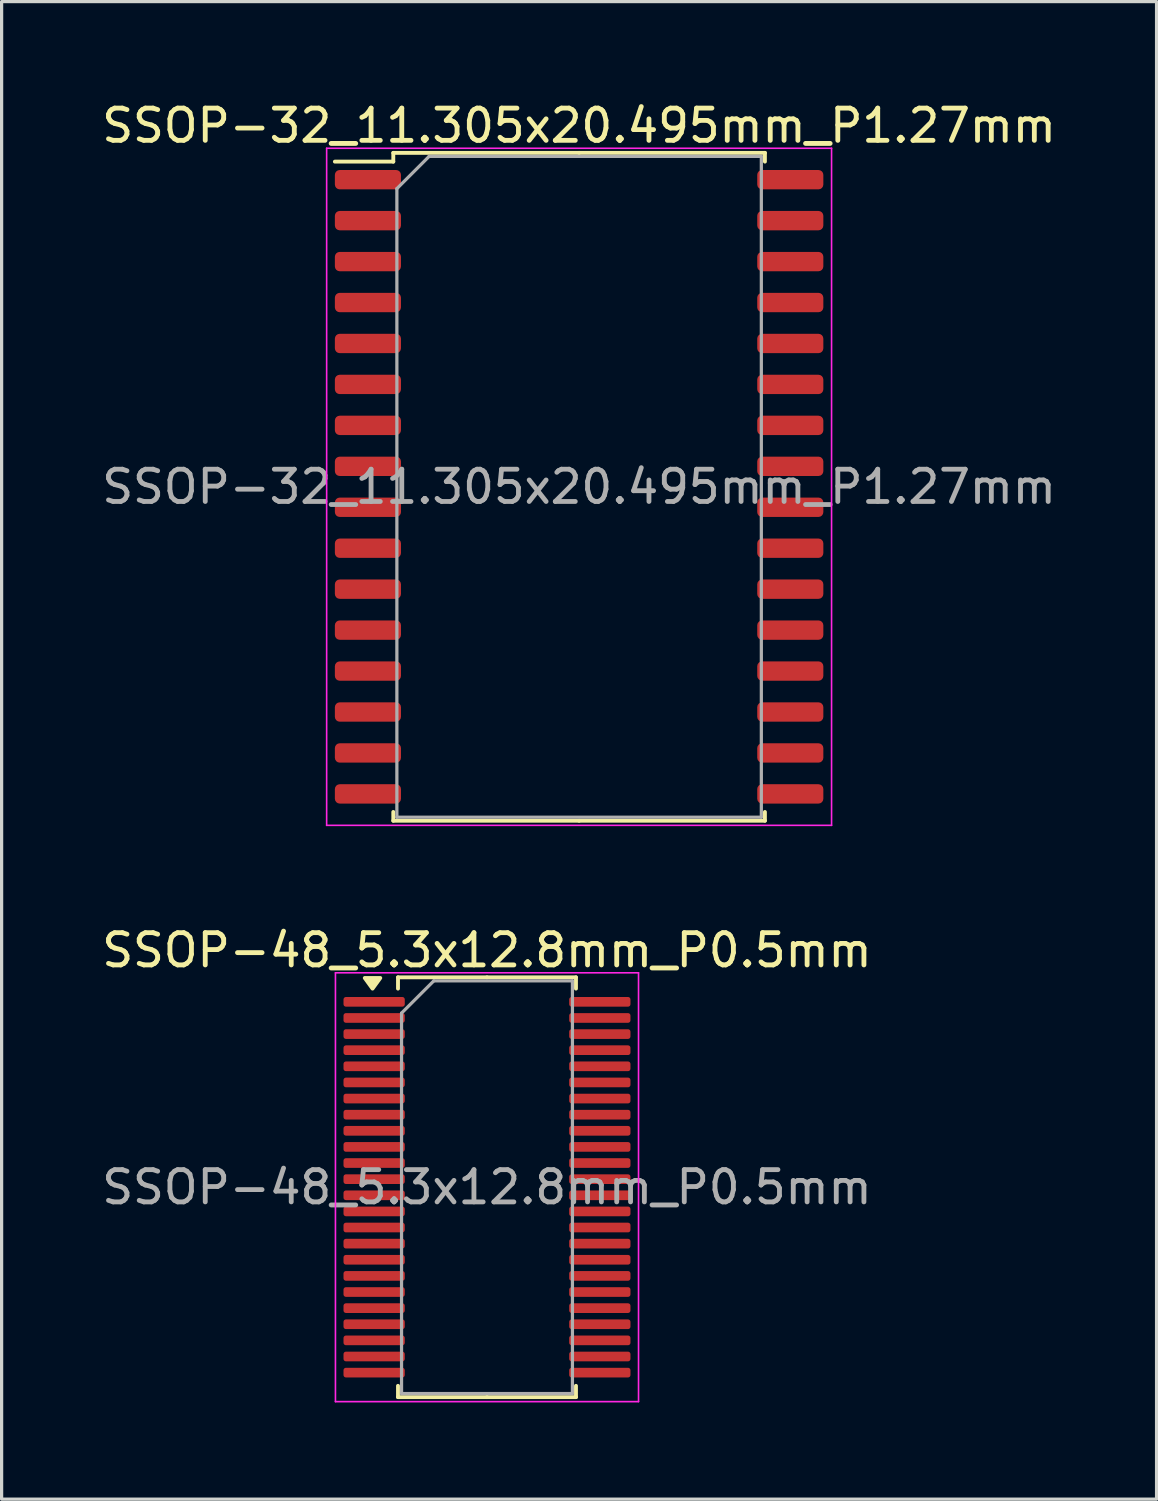
<source format=kicad_pcb>
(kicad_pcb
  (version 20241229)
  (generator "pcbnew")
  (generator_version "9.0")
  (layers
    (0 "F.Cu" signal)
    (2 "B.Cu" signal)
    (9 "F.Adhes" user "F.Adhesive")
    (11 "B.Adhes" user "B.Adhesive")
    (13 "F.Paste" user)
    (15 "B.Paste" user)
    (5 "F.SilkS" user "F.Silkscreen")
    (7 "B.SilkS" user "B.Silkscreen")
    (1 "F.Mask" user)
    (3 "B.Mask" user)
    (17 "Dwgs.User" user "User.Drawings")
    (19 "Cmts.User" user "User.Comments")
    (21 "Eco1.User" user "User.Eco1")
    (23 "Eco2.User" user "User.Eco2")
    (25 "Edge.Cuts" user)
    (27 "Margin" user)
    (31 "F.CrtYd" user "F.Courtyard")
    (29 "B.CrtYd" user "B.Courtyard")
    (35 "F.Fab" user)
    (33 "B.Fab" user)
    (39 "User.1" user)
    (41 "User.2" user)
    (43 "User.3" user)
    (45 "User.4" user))
  (footprint "SSOP-32_11.305x20.495mm_P1.27mm"
    (layer "F.Cu")
    (at 14.911 12.048)
    (property "Reference" "SSOP-32_11.305x20.495mm_P1.27mm" (at 0 -11.2 0) (layer "F.SilkS") (effects (font (size 1 1) (thickness 0.15))))
    (attr smd)
    (fp_line (start -5.763 -10.357) (end -5.763 -10.085) (stroke (width 0.12) (type solid)) (layer "F.SilkS"))
    (fp_line (start -5.763 -10.085) (end -7.575 -10.085) (stroke (width 0.12) (type solid)) (layer "F.SilkS"))
    (fp_line (start -5.763 10.357) (end -5.763 10.085) (stroke (width 0.12) (type solid)) (layer "F.SilkS"))
    (fp_line (start 0 -10.357) (end -5.763 -10.357) (stroke (width 0.12) (type solid)) (layer "F.SilkS"))
    (fp_line (start 0 -10.357) (end 5.763 -10.357) (stroke (width 0.12) (type solid)) (layer "F.SilkS"))
    (fp_line (start 0 10.357) (end -5.763 10.357) (stroke (width 0.12) (type solid)) (layer "F.SilkS"))
    (fp_line (start 0 10.357) (end 5.763 10.357) (stroke (width 0.12) (type solid)) (layer "F.SilkS"))
    (fp_line (start 5.763 -10.357) (end 5.763 -10.085) (stroke (width 0.12) (type solid)) (layer "F.SilkS"))
    (fp_line (start 5.763 10.357) (end 5.763 10.085) (stroke (width 0.12) (type solid)) (layer "F.SilkS"))
    (fp_line (start -7.83 -10.5) (end -7.83 10.5) (stroke (width 0.05) (type solid)) (layer "F.CrtYd"))
    (fp_line (start -7.83 10.5) (end 7.83 10.5) (stroke (width 0.05) (type solid)) (layer "F.CrtYd"))
    (fp_line (start 7.83 -10.5) (end -7.83 -10.5) (stroke (width 0.05) (type solid)) (layer "F.CrtYd"))
    (fp_line (start 7.83 10.5) (end 7.83 -10.5) (stroke (width 0.05) (type solid)) (layer "F.CrtYd"))
    (fp_line (start -5.652 -9.248) (end -4.652 -10.248) (stroke (width 0.1) (type solid)) (layer "F.Fab"))
    (fp_line (start -5.652 10.248) (end -5.652 -9.248) (stroke (width 0.1) (type solid)) (layer "F.Fab"))
    (fp_line (start -4.652 -10.248) (end 5.652 -10.248) (stroke (width 0.1) (type solid)) (layer "F.Fab"))
    (fp_line (start 5.652 -10.248) (end 5.652 10.248) (stroke (width 0.1) (type solid)) (layer "F.Fab"))
    (fp_line (start 5.652 10.248) (end -5.652 10.248) (stroke (width 0.1) (type solid)) (layer "F.Fab"))
    (fp_text user "${REFERENCE}" (at 0 0 0) (layer "F.Fab") (effects (font (size 1 1) (thickness 0.15))))
    (pad "1" smd roundrect (at -6.55 -9.525) (size 2.05 0.6) (layers "F.Cu" "F.Mask" "F.Paste") (roundrect_rratio 0.25))
    (pad "2" smd roundrect (at -6.55 -8.255) (size 2.05 0.6) (layers "F.Cu" "F.Mask" "F.Paste") (roundrect_rratio 0.25))
    (pad "3" smd roundrect (at -6.55 -6.985) (size 2.05 0.6) (layers "F.Cu" "F.Mask" "F.Paste") (roundrect_rratio 0.25))
    (pad "4" smd roundrect (at -6.55 -5.715) (size 2.05 0.6) (layers "F.Cu" "F.Mask" "F.Paste") (roundrect_rratio 0.25))
    (pad "5" smd roundrect (at -6.55 -4.445) (size 2.05 0.6) (layers "F.Cu" "F.Mask" "F.Paste") (roundrect_rratio 0.25))
    (pad "6" smd roundrect (at -6.55 -3.175) (size 2.05 0.6) (layers "F.Cu" "F.Mask" "F.Paste") (roundrect_rratio 0.25))
    (pad "7" smd roundrect (at -6.55 -1.905) (size 2.05 0.6) (layers "F.Cu" "F.Mask" "F.Paste") (roundrect_rratio 0.25))
    (pad "8" smd roundrect (at -6.55 -0.635) (size 2.05 0.6) (layers "F.Cu" "F.Mask" "F.Paste") (roundrect_rratio 0.25))
    (pad "9" smd roundrect (at -6.55 0.635) (size 2.05 0.6) (layers "F.Cu" "F.Mask" "F.Paste") (roundrect_rratio 0.25))
    (pad "10" smd roundrect (at -6.55 1.905) (size 2.05 0.6) (layers "F.Cu" "F.Mask" "F.Paste") (roundrect_rratio 0.25))
    (pad "11" smd roundrect (at -6.55 3.175) (size 2.05 0.6) (layers "F.Cu" "F.Mask" "F.Paste") (roundrect_rratio 0.25))
    (pad "12" smd roundrect (at -6.55 4.445) (size 2.05 0.6) (layers "F.Cu" "F.Mask" "F.Paste") (roundrect_rratio 0.25))
    (pad "13" smd roundrect (at -6.55 5.715) (size 2.05 0.6) (layers "F.Cu" "F.Mask" "F.Paste") (roundrect_rratio 0.25))
    (pad "14" smd roundrect (at -6.55 6.985) (size 2.05 0.6) (layers "F.Cu" "F.Mask" "F.Paste") (roundrect_rratio 0.25))
    (pad "15" smd roundrect (at -6.55 8.255) (size 2.05 0.6) (layers "F.Cu" "F.Mask" "F.Paste") (roundrect_rratio 0.25))
    (pad "16" smd roundrect (at -6.55 9.525) (size 2.05 0.6) (layers "F.Cu" "F.Mask" "F.Paste") (roundrect_rratio 0.25))
    (pad "17" smd roundrect (at 6.55 9.525) (size 2.05 0.6) (layers "F.Cu" "F.Mask" "F.Paste") (roundrect_rratio 0.25))
    (pad "18" smd roundrect (at 6.55 8.255) (size 2.05 0.6) (layers "F.Cu" "F.Mask" "F.Paste") (roundrect_rratio 0.25))
    (pad "19" smd roundrect (at 6.55 6.985) (size 2.05 0.6) (layers "F.Cu" "F.Mask" "F.Paste") (roundrect_rratio 0.25))
    (pad "20" smd roundrect (at 6.55 5.715) (size 2.05 0.6) (layers "F.Cu" "F.Mask" "F.Paste") (roundrect_rratio 0.25))
    (pad "21" smd roundrect (at 6.55 4.445) (size 2.05 0.6) (layers "F.Cu" "F.Mask" "F.Paste") (roundrect_rratio 0.25))
    (pad "22" smd roundrect (at 6.55 3.175) (size 2.05 0.6) (layers "F.Cu" "F.Mask" "F.Paste") (roundrect_rratio 0.25))
    (pad "23" smd roundrect (at 6.55 1.905) (size 2.05 0.6) (layers "F.Cu" "F.Mask" "F.Paste") (roundrect_rratio 0.25))
    (pad "24" smd roundrect (at 6.55 0.635) (size 2.05 0.6) (layers "F.Cu" "F.Mask" "F.Paste") (roundrect_rratio 0.25))
    (pad "25" smd roundrect (at 6.55 -0.635) (size 2.05 0.6) (layers "F.Cu" "F.Mask" "F.Paste") (roundrect_rratio 0.25))
    (pad "26" smd roundrect (at 6.55 -1.905) (size 2.05 0.6) (layers "F.Cu" "F.Mask" "F.Paste") (roundrect_rratio 0.25))
    (pad "27" smd roundrect (at 6.55 -3.175) (size 2.05 0.6) (layers "F.Cu" "F.Mask" "F.Paste") (roundrect_rratio 0.25))
    (pad "28" smd roundrect (at 6.55 -4.445) (size 2.05 0.6) (layers "F.Cu" "F.Mask" "F.Paste") (roundrect_rratio 0.25))
    (pad "29" smd roundrect (at 6.55 -5.715) (size 2.05 0.6) (layers "F.Cu" "F.Mask" "F.Paste") (roundrect_rratio 0.25))
    (pad "30" smd roundrect (at 6.55 -6.985) (size 2.05 0.6) (layers "F.Cu" "F.Mask" "F.Paste") (roundrect_rratio 0.25))
    (pad "31" smd roundrect (at 6.55 -8.255) (size 2.05 0.6) (layers "F.Cu" "F.Mask" "F.Paste") (roundrect_rratio 0.25))
    (pad "32" smd roundrect (at 6.55 -9.525) (size 2.05 0.6) (layers "F.Cu" "F.Mask" "F.Paste") (roundrect_rratio 0.25)))
  (footprint "SSOP-48_5.3x12.8mm_P0.5mm"
    (layer "F.Cu")
    (at 12.054 33.772)
    (property "Reference" "SSOP-48_5.3x12.8mm_P0.5mm" (at 0 -7.35 0) (layer "F.SilkS") (effects (font (size 1 1) (thickness 0.15))))
    (attr smd)
    (fp_line (start -2.76 -6.51) (end -2.76 -6.16) (stroke (width 0.12) (type solid)) (layer "F.SilkS"))
    (fp_line (start -2.76 6.51) (end -2.76 6.16) (stroke (width 0.12) (type solid)) (layer "F.SilkS"))
    (fp_line (start 0 -6.51) (end -2.76 -6.51) (stroke (width 0.12) (type solid)) (layer "F.SilkS"))
    (fp_line (start 0 -6.51) (end 2.76 -6.51) (stroke (width 0.12) (type solid)) (layer "F.SilkS"))
    (fp_line (start 0 6.51) (end -2.76 6.51) (stroke (width 0.12) (type solid)) (layer "F.SilkS"))
    (fp_line (start 0 6.51) (end 2.76 6.51) (stroke (width 0.12) (type solid)) (layer "F.SilkS"))
    (fp_line (start 2.76 -6.51) (end 2.76 -6.16) (stroke (width 0.12) (type solid)) (layer "F.SilkS"))
    (fp_line (start 2.76 6.51) (end 2.76 6.16) (stroke (width 0.12) (type solid)) (layer "F.SilkS"))
    (fp_poly (pts (xy -3.55 -6.16) (xy -3.79 -6.49) (xy -3.31 -6.49) (xy -3.55 -6.16)) (stroke (width 0.12) (type solid)) (fill yes) (layer "F.SilkS"))
    (fp_line (start -4.7 -6.65) (end -4.7 6.65) (stroke (width 0.05) (type solid)) (layer "F.CrtYd"))
    (fp_line (start -4.7 6.65) (end 4.7 6.65) (stroke (width 0.05) (type solid)) (layer "F.CrtYd"))
    (fp_line (start 4.7 -6.65) (end -4.7 -6.65) (stroke (width 0.05) (type solid)) (layer "F.CrtYd"))
    (fp_line (start 4.7 6.65) (end 4.7 -6.65) (stroke (width 0.05) (type solid)) (layer "F.CrtYd"))
    (fp_line (start -2.65 -5.4) (end -1.65 -6.4) (stroke (width 0.1) (type solid)) (layer "F.Fab"))
    (fp_line (start -2.65 6.4) (end -2.65 -5.4) (stroke (width 0.1) (type solid)) (layer "F.Fab"))
    (fp_line (start -1.65 -6.4) (end 2.65 -6.4) (stroke (width 0.1) (type solid)) (layer "F.Fab"))
    (fp_line (start 2.65 -6.4) (end 2.65 6.4) (stroke (width 0.1) (type solid)) (layer "F.Fab"))
    (fp_line (start 2.65 6.4) (end -2.65 6.4) (stroke (width 0.1) (type solid)) (layer "F.Fab"))
    (fp_text user "${REFERENCE}" (at 0 0 0) (layer "F.Fab") (effects (font (size 1 1) (thickness 0.15))))
    (pad "1" smd roundrect (at -3.5 -5.75) (size 1.9 0.3) (layers "F.Cu" "F.Mask" "F.Paste") (roundrect_rratio 0.25))
    (pad "2" smd roundrect (at -3.5 -5.25) (size 1.9 0.3) (layers "F.Cu" "F.Mask" "F.Paste") (roundrect_rratio 0.25))
    (pad "3" smd roundrect (at -3.5 -4.75) (size 1.9 0.3) (layers "F.Cu" "F.Mask" "F.Paste") (roundrect_rratio 0.25))
    (pad "4" smd roundrect (at -3.5 -4.25) (size 1.9 0.3) (layers "F.Cu" "F.Mask" "F.Paste") (roundrect_rratio 0.25))
    (pad "5" smd roundrect (at -3.5 -3.75) (size 1.9 0.3) (layers "F.Cu" "F.Mask" "F.Paste") (roundrect_rratio 0.25))
    (pad "6" smd roundrect (at -3.5 -3.25) (size 1.9 0.3) (layers "F.Cu" "F.Mask" "F.Paste") (roundrect_rratio 0.25))
    (pad "7" smd roundrect (at -3.5 -2.75) (size 1.9 0.3) (layers "F.Cu" "F.Mask" "F.Paste") (roundrect_rratio 0.25))
    (pad "8" smd roundrect (at -3.5 -2.25) (size 1.9 0.3) (layers "F.Cu" "F.Mask" "F.Paste") (roundrect_rratio 0.25))
    (pad "9" smd roundrect (at -3.5 -1.75) (size 1.9 0.3) (layers "F.Cu" "F.Mask" "F.Paste") (roundrect_rratio 0.25))
    (pad "10" smd roundrect (at -3.5 -1.25) (size 1.9 0.3) (layers "F.Cu" "F.Mask" "F.Paste") (roundrect_rratio 0.25))
    (pad "11" smd roundrect (at -3.5 -0.75) (size 1.9 0.3) (layers "F.Cu" "F.Mask" "F.Paste") (roundrect_rratio 0.25))
    (pad "12" smd roundrect (at -3.5 -0.25) (size 1.9 0.3) (layers "F.Cu" "F.Mask" "F.Paste") (roundrect_rratio 0.25))
    (pad "13" smd roundrect (at -3.5 0.25) (size 1.9 0.3) (layers "F.Cu" "F.Mask" "F.Paste") (roundrect_rratio 0.25))
    (pad "14" smd roundrect (at -3.5 0.75) (size 1.9 0.3) (layers "F.Cu" "F.Mask" "F.Paste") (roundrect_rratio 0.25))
    (pad "15" smd roundrect (at -3.5 1.25) (size 1.9 0.3) (layers "F.Cu" "F.Mask" "F.Paste") (roundrect_rratio 0.25))
    (pad "16" smd roundrect (at -3.5 1.75) (size 1.9 0.3) (layers "F.Cu" "F.Mask" "F.Paste") (roundrect_rratio 0.25))
    (pad "17" smd roundrect (at -3.5 2.25) (size 1.9 0.3) (layers "F.Cu" "F.Mask" "F.Paste") (roundrect_rratio 0.25))
    (pad "18" smd roundrect (at -3.5 2.75) (size 1.9 0.3) (layers "F.Cu" "F.Mask" "F.Paste") (roundrect_rratio 0.25))
    (pad "19" smd roundrect (at -3.5 3.25) (size 1.9 0.3) (layers "F.Cu" "F.Mask" "F.Paste") (roundrect_rratio 0.25))
    (pad "20" smd roundrect (at -3.5 3.75) (size 1.9 0.3) (layers "F.Cu" "F.Mask" "F.Paste") (roundrect_rratio 0.25))
    (pad "21" smd roundrect (at -3.5 4.25) (size 1.9 0.3) (layers "F.Cu" "F.Mask" "F.Paste") (roundrect_rratio 0.25))
    (pad "22" smd roundrect (at -3.5 4.75) (size 1.9 0.3) (layers "F.Cu" "F.Mask" "F.Paste") (roundrect_rratio 0.25))
    (pad "23" smd roundrect (at -3.5 5.25) (size 1.9 0.3) (layers "F.Cu" "F.Mask" "F.Paste") (roundrect_rratio 0.25))
    (pad "24" smd roundrect (at -3.5 5.75) (size 1.9 0.3) (layers "F.Cu" "F.Mask" "F.Paste") (roundrect_rratio 0.25))
    (pad "25" smd roundrect (at 3.5 5.75) (size 1.9 0.3) (layers "F.Cu" "F.Mask" "F.Paste") (roundrect_rratio 0.25))
    (pad "26" smd roundrect (at 3.5 5.25) (size 1.9 0.3) (layers "F.Cu" "F.Mask" "F.Paste") (roundrect_rratio 0.25))
    (pad "27" smd roundrect (at 3.5 4.75) (size 1.9 0.3) (layers "F.Cu" "F.Mask" "F.Paste") (roundrect_rratio 0.25))
    (pad "28" smd roundrect (at 3.5 4.25) (size 1.9 0.3) (layers "F.Cu" "F.Mask" "F.Paste") (roundrect_rratio 0.25))
    (pad "29" smd roundrect (at 3.5 3.75) (size 1.9 0.3) (layers "F.Cu" "F.Mask" "F.Paste") (roundrect_rratio 0.25))
    (pad "30" smd roundrect (at 3.5 3.25) (size 1.9 0.3) (layers "F.Cu" "F.Mask" "F.Paste") (roundrect_rratio 0.25))
    (pad "31" smd roundrect (at 3.5 2.75) (size 1.9 0.3) (layers "F.Cu" "F.Mask" "F.Paste") (roundrect_rratio 0.25))
    (pad "32" smd roundrect (at 3.5 2.25) (size 1.9 0.3) (layers "F.Cu" "F.Mask" "F.Paste") (roundrect_rratio 0.25))
    (pad "33" smd roundrect (at 3.5 1.75) (size 1.9 0.3) (layers "F.Cu" "F.Mask" "F.Paste") (roundrect_rratio 0.25))
    (pad "34" smd roundrect (at 3.5 1.25) (size 1.9 0.3) (layers "F.Cu" "F.Mask" "F.Paste") (roundrect_rratio 0.25))
    (pad "35" smd roundrect (at 3.5 0.75) (size 1.9 0.3) (layers "F.Cu" "F.Mask" "F.Paste") (roundrect_rratio 0.25))
    (pad "36" smd roundrect (at 3.5 0.25) (size 1.9 0.3) (layers "F.Cu" "F.Mask" "F.Paste") (roundrect_rratio 0.25))
    (pad "37" smd roundrect (at 3.5 -0.25) (size 1.9 0.3) (layers "F.Cu" "F.Mask" "F.Paste") (roundrect_rratio 0.25))
    (pad "38" smd roundrect (at 3.5 -0.75) (size 1.9 0.3) (layers "F.Cu" "F.Mask" "F.Paste") (roundrect_rratio 0.25))
    (pad "39" smd roundrect (at 3.5 -1.25) (size 1.9 0.3) (layers "F.Cu" "F.Mask" "F.Paste") (roundrect_rratio 0.25))
    (pad "40" smd roundrect (at 3.5 -1.75) (size 1.9 0.3) (layers "F.Cu" "F.Mask" "F.Paste") (roundrect_rratio 0.25))
    (pad "41" smd roundrect (at 3.5 -2.25) (size 1.9 0.3) (layers "F.Cu" "F.Mask" "F.Paste") (roundrect_rratio 0.25))
    (pad "42" smd roundrect (at 3.5 -2.75) (size 1.9 0.3) (layers "F.Cu" "F.Mask" "F.Paste") (roundrect_rratio 0.25))
    (pad "43" smd roundrect (at 3.5 -3.25) (size 1.9 0.3) (layers "F.Cu" "F.Mask" "F.Paste") (roundrect_rratio 0.25))
    (pad "44" smd roundrect (at 3.5 -3.75) (size 1.9 0.3) (layers "F.Cu" "F.Mask" "F.Paste") (roundrect_rratio 0.25))
    (pad "45" smd roundrect (at 3.5 -4.25) (size 1.9 0.3) (layers "F.Cu" "F.Mask" "F.Paste") (roundrect_rratio 0.25))
    (pad "46" smd roundrect (at 3.5 -4.75) (size 1.9 0.3) (layers "F.Cu" "F.Mask" "F.Paste") (roundrect_rratio 0.25))
    (pad "47" smd roundrect (at 3.5 -5.25) (size 1.9 0.3) (layers "F.Cu" "F.Mask" "F.Paste") (roundrect_rratio 0.25))
    (pad "48" smd roundrect (at 3.5 -5.75) (size 1.9 0.3) (layers "F.Cu" "F.Mask" "F.Paste") (roundrect_rratio 0.25)))
  (gr_rect
    (start -3 -3)
    (end 32.821 43.447)
    (stroke (width 0.1) (type default))
    (fill no)
    (layer "Edge.Cuts")))
</source>
